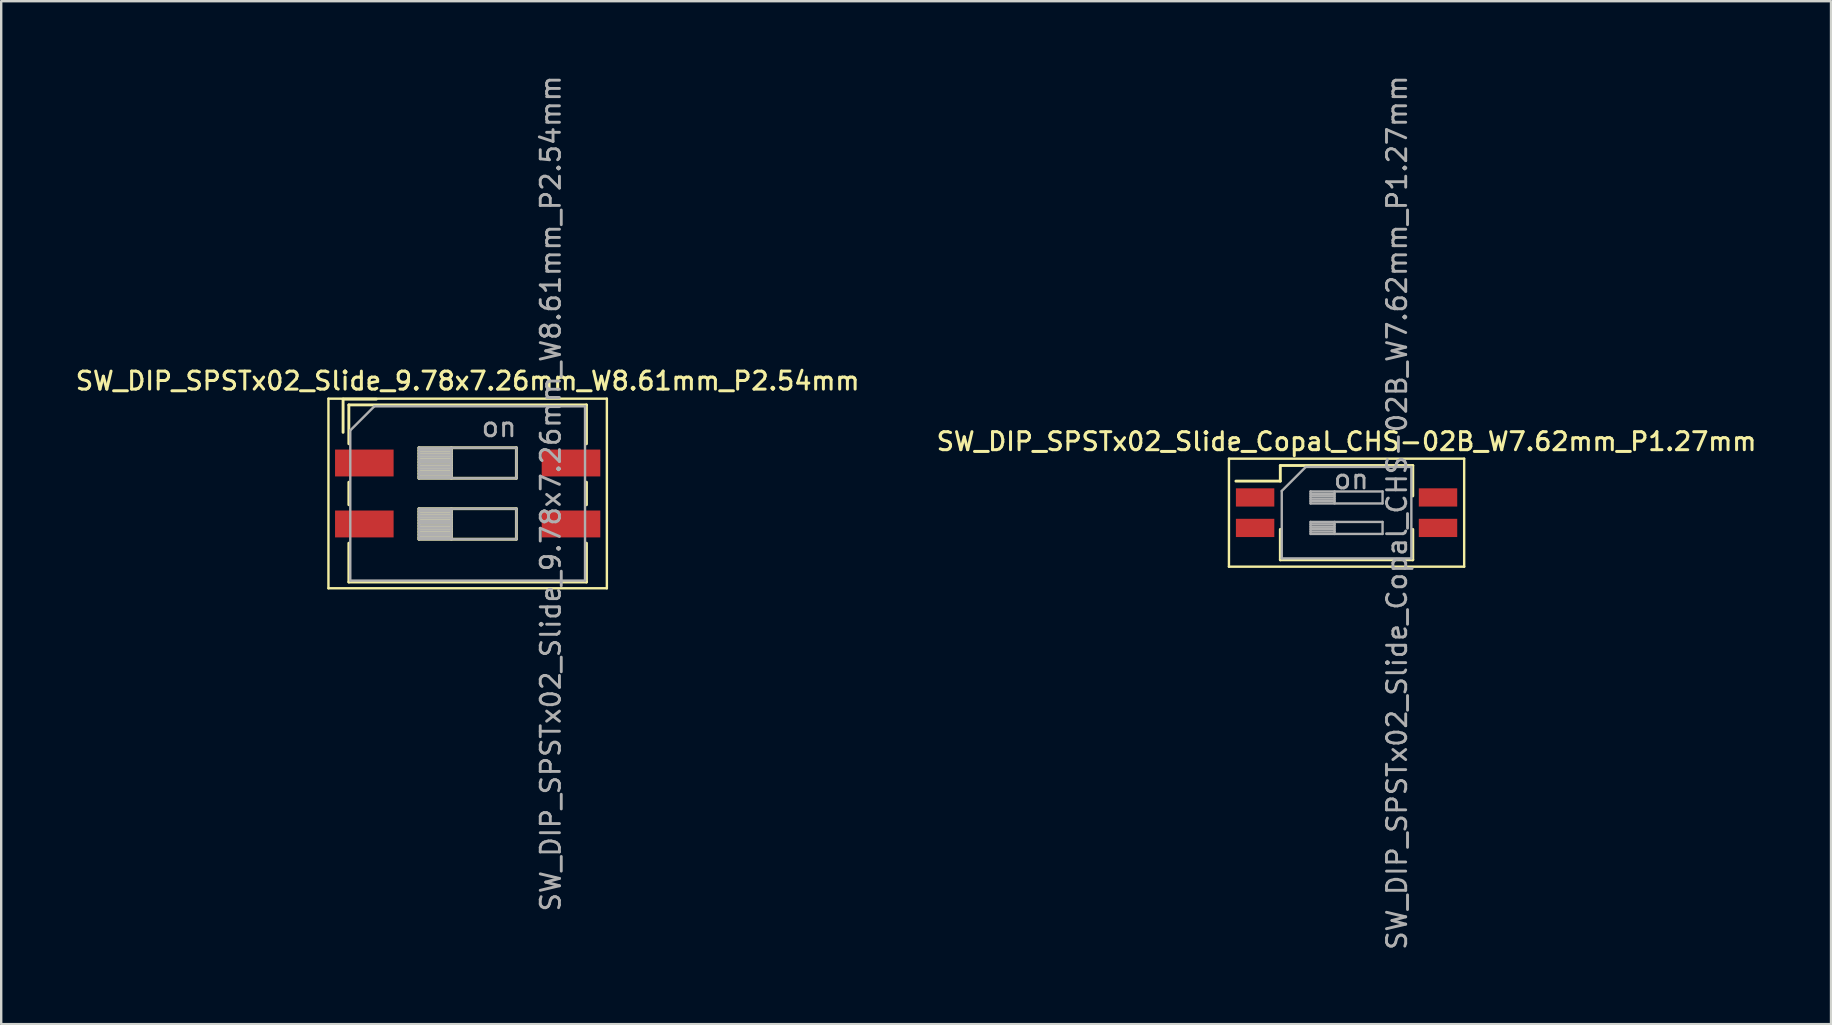
<source format=kicad_pcb>
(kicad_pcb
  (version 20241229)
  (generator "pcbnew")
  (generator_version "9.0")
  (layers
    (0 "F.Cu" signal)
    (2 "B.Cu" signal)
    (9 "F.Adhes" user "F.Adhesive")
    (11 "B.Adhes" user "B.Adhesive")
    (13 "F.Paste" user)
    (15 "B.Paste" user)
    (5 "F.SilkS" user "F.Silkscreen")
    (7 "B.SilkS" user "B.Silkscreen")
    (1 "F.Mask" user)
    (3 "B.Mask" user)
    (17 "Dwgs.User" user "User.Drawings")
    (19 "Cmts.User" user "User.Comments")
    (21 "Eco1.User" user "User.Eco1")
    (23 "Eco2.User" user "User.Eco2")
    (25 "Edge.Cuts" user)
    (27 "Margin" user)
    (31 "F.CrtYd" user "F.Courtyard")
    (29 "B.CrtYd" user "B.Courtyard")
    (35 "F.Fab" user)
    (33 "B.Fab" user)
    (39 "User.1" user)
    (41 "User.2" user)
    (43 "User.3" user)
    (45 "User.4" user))
  (footprint "SW_DIP_SPSTx02_Slide_9.78x7.26mm_W8.61mm_P2.54mm"
    (layer "F.Cu")
    (at 16.434 17.51)
    (property "Reference" "SW_DIP_SPSTx02_Slide_9.78x7.26mm_W8.61mm_P2.54mm" (at 0 -4.69 0) (layer "F.SilkS") (effects (font (size 0.75 0.75) (thickness 0.125))))
    (attr smd)
    (fp_line (start -5.8 -3.95) (end -5.8 3.95) (stroke (width 0.1) (type solid)) (layer "F.SilkS"))
    (fp_line (start -5.8 3.95) (end 5.8 3.95) (stroke (width 0.1) (type solid)) (layer "F.SilkS"))
    (fp_line (start -5.19 -3.93) (end -5.19 -2.547) (stroke (width 0.12) (type solid)) (layer "F.SilkS"))
    (fp_line (start -5.19 -3.93) (end -3.806 -3.93) (stroke (width 0.12) (type solid)) (layer "F.SilkS"))
    (fp_line (start -4.95 -3.69) (end -4.95 -2.07) (stroke (width 0.12) (type solid)) (layer "F.SilkS"))
    (fp_line (start -4.95 -3.69) (end 4.95 -3.69) (stroke (width 0.12) (type solid)) (layer "F.SilkS"))
    (fp_line (start -4.95 -0.47) (end -4.95 0.47) (stroke (width 0.12) (type solid)) (layer "F.SilkS"))
    (fp_line (start -4.95 2.07) (end -4.95 3.69) (stroke (width 0.12) (type solid)) (layer "F.SilkS"))
    (fp_line (start -4.95 3.69) (end 4.95 3.69) (stroke (width 0.12) (type solid)) (layer "F.SilkS"))
    (fp_line (start -2.03 -1.905) (end -2.03 -0.635) (stroke (width 0.12) (type solid)) (layer "F.SilkS"))
    (fp_line (start -2.03 -1.785) (end -0.677 -1.785) (stroke (width 0.12) (type solid)) (layer "F.SilkS"))
    (fp_line (start -2.03 -1.665) (end -0.677 -1.665) (stroke (width 0.12) (type solid)) (layer "F.SilkS"))
    (fp_line (start -2.03 -1.545) (end -0.677 -1.545) (stroke (width 0.12) (type solid)) (layer "F.SilkS"))
    (fp_line (start -2.03 -1.425) (end -0.677 -1.425) (stroke (width 0.12) (type solid)) (layer "F.SilkS"))
    (fp_line (start -2.03 -1.305) (end -0.677 -1.305) (stroke (width 0.12) (type solid)) (layer "F.SilkS"))
    (fp_line (start -2.03 -1.185) (end -0.677 -1.185) (stroke (width 0.12) (type solid)) (layer "F.SilkS"))
    (fp_line (start -2.03 -1.065) (end -0.677 -1.065) (stroke (width 0.12) (type solid)) (layer "F.SilkS"))
    (fp_line (start -2.03 -0.945) (end -0.677 -0.945) (stroke (width 0.12) (type solid)) (layer "F.SilkS"))
    (fp_line (start -2.03 -0.825) (end -0.677 -0.825) (stroke (width 0.12) (type solid)) (layer "F.SilkS"))
    (fp_line (start -2.03 -0.705) (end -0.677 -0.705) (stroke (width 0.12) (type solid)) (layer "F.SilkS"))
    (fp_line (start -2.03 -0.635) (end 2.03 -0.635) (stroke (width 0.12) (type solid)) (layer "F.SilkS"))
    (fp_line (start -2.03 0.635) (end -2.03 1.905) (stroke (width 0.12) (type solid)) (layer "F.SilkS"))
    (fp_line (start -2.03 0.755) (end -0.677 0.755) (stroke (width 0.12) (type solid)) (layer "F.SilkS"))
    (fp_line (start -2.03 0.875) (end -0.677 0.875) (stroke (width 0.12) (type solid)) (layer "F.SilkS"))
    (fp_line (start -2.03 0.995) (end -0.677 0.995) (stroke (width 0.12) (type solid)) (layer "F.SilkS"))
    (fp_line (start -2.03 1.115) (end -0.677 1.115) (stroke (width 0.12) (type solid)) (layer "F.SilkS"))
    (fp_line (start -2.03 1.235) (end -0.677 1.235) (stroke (width 0.12) (type solid)) (layer "F.SilkS"))
    (fp_line (start -2.03 1.355) (end -0.677 1.355) (stroke (width 0.12) (type solid)) (layer "F.SilkS"))
    (fp_line (start -2.03 1.475) (end -0.677 1.475) (stroke (width 0.12) (type solid)) (layer "F.SilkS"))
    (fp_line (start -2.03 1.595) (end -0.677 1.595) (stroke (width 0.12) (type solid)) (layer "F.SilkS"))
    (fp_line (start -2.03 1.715) (end -0.677 1.715) (stroke (width 0.12) (type solid)) (layer "F.SilkS"))
    (fp_line (start -2.03 1.835) (end -0.677 1.835) (stroke (width 0.12) (type solid)) (layer "F.SilkS"))
    (fp_line (start -2.03 1.905) (end 2.03 1.905) (stroke (width 0.12) (type solid)) (layer "F.SilkS"))
    (fp_line (start -0.677 -1.905) (end -0.677 -0.635) (stroke (width 0.12) (type solid)) (layer "F.SilkS"))
    (fp_line (start -0.677 0.635) (end -0.677 1.905) (stroke (width 0.12) (type solid)) (layer "F.SilkS"))
    (fp_line (start 2.03 -1.905) (end -2.03 -1.905) (stroke (width 0.12) (type solid)) (layer "F.SilkS"))
    (fp_line (start 2.03 -0.635) (end 2.03 -1.905) (stroke (width 0.12) (type solid)) (layer "F.SilkS"))
    (fp_line (start 2.03 0.635) (end -2.03 0.635) (stroke (width 0.12) (type solid)) (layer "F.SilkS"))
    (fp_line (start 2.03 1.905) (end 2.03 0.635) (stroke (width 0.12) (type solid)) (layer "F.SilkS"))
    (fp_line (start 4.95 -3.69) (end 4.95 -2.07) (stroke (width 0.12) (type solid)) (layer "F.SilkS"))
    (fp_line (start 4.95 -0.47) (end 4.95 0.47) (stroke (width 0.12) (type solid)) (layer "F.SilkS"))
    (fp_line (start 4.95 2.07) (end 4.95 3.69) (stroke (width 0.12) (type solid)) (layer "F.SilkS"))
    (fp_line (start 5.8 -3.95) (end -5.8 -3.95) (stroke (width 0.1) (type solid)) (layer "F.SilkS"))
    (fp_line (start 5.8 3.95) (end 5.8 -3.95) (stroke (width 0.1) (type solid)) (layer "F.SilkS"))
    (fp_line (start -4.89 -2.63) (end -3.89 -3.63) (stroke (width 0.1) (type solid)) (layer "F.Fab"))
    (fp_line (start -4.89 3.63) (end -4.89 -2.63) (stroke (width 0.1) (type solid)) (layer "F.Fab"))
    (fp_line (start -3.89 -3.63) (end 4.89 -3.63) (stroke (width 0.1) (type solid)) (layer "F.Fab"))
    (fp_line (start -2.03 -1.905) (end -2.03 -0.635) (stroke (width 0.1) (type solid)) (layer "F.Fab"))
    (fp_line (start -2.03 -1.805) (end -0.677 -1.805) (stroke (width 0.1) (type solid)) (layer "F.Fab"))
    (fp_line (start -2.03 -1.705) (end -0.677 -1.705) (stroke (width 0.1) (type solid)) (layer "F.Fab"))
    (fp_line (start -2.03 -1.605) (end -0.677 -1.605) (stroke (width 0.1) (type solid)) (layer "F.Fab"))
    (fp_line (start -2.03 -1.505) (end -0.677 -1.505) (stroke (width 0.1) (type solid)) (layer "F.Fab"))
    (fp_line (start -2.03 -1.405) (end -0.677 -1.405) (stroke (width 0.1) (type solid)) (layer "F.Fab"))
    (fp_line (start -2.03 -1.305) (end -0.677 -1.305) (stroke (width 0.1) (type solid)) (layer "F.Fab"))
    (fp_line (start -2.03 -1.205) (end -0.677 -1.205) (stroke (width 0.1) (type solid)) (layer "F.Fab"))
    (fp_line (start -2.03 -1.105) (end -0.677 -1.105) (stroke (width 0.1) (type solid)) (layer "F.Fab"))
    (fp_line (start -2.03 -1.005) (end -0.677 -1.005) (stroke (width 0.1) (type solid)) (layer "F.Fab"))
    (fp_line (start -2.03 -0.905) (end -0.677 -0.905) (stroke (width 0.1) (type solid)) (layer "F.Fab"))
    (fp_line (start -2.03 -0.805) (end -0.677 -0.805) (stroke (width 0.1) (type solid)) (layer "F.Fab"))
    (fp_line (start -2.03 -0.705) (end -0.677 -0.705) (stroke (width 0.1) (type solid)) (layer "F.Fab"))
    (fp_line (start -2.03 -0.635) (end 2.03 -0.635) (stroke (width 0.1) (type solid)) (layer "F.Fab"))
    (fp_line (start -2.03 0.635) (end -2.03 1.905) (stroke (width 0.1) (type solid)) (layer "F.Fab"))
    (fp_line (start -2.03 0.735) (end -0.677 0.735) (stroke (width 0.1) (type solid)) (layer "F.Fab"))
    (fp_line (start -2.03 0.835) (end -0.677 0.835) (stroke (width 0.1) (type solid)) (layer "F.Fab"))
    (fp_line (start -2.03 0.935) (end -0.677 0.935) (stroke (width 0.1) (type solid)) (layer "F.Fab"))
    (fp_line (start -2.03 1.035) (end -0.677 1.035) (stroke (width 0.1) (type solid)) (layer "F.Fab"))
    (fp_line (start -2.03 1.135) (end -0.677 1.135) (stroke (width 0.1) (type solid)) (layer "F.Fab"))
    (fp_line (start -2.03 1.235) (end -0.677 1.235) (stroke (width 0.1) (type solid)) (layer "F.Fab"))
    (fp_line (start -2.03 1.335) (end -0.677 1.335) (stroke (width 0.1) (type solid)) (layer "F.Fab"))
    (fp_line (start -2.03 1.435) (end -0.677 1.435) (stroke (width 0.1) (type solid)) (layer "F.Fab"))
    (fp_line (start -2.03 1.535) (end -0.677 1.535) (stroke (width 0.1) (type solid)) (layer "F.Fab"))
    (fp_line (start -2.03 1.635) (end -0.677 1.635) (stroke (width 0.1) (type solid)) (layer "F.Fab"))
    (fp_line (start -2.03 1.735) (end -0.677 1.735) (stroke (width 0.1) (type solid)) (layer "F.Fab"))
    (fp_line (start -2.03 1.835) (end -0.677 1.835) (stroke (width 0.1) (type solid)) (layer "F.Fab"))
    (fp_line (start -2.03 1.905) (end 2.03 1.905) (stroke (width 0.1) (type solid)) (layer "F.Fab"))
    (fp_line (start -0.677 -1.905) (end -0.677 -0.635) (stroke (width 0.1) (type solid)) (layer "F.Fab"))
    (fp_line (start -0.677 0.635) (end -0.677 1.905) (stroke (width 0.1) (type solid)) (layer "F.Fab"))
    (fp_line (start 2.03 -1.905) (end -2.03 -1.905) (stroke (width 0.1) (type solid)) (layer "F.Fab"))
    (fp_line (start 2.03 -0.635) (end 2.03 -1.905) (stroke (width 0.1) (type solid)) (layer "F.Fab"))
    (fp_line (start 2.03 0.635) (end -2.03 0.635) (stroke (width 0.1) (type solid)) (layer "F.Fab"))
    (fp_line (start 2.03 1.905) (end 2.03 0.635) (stroke (width 0.1) (type solid)) (layer "F.Fab"))
    (fp_line (start 4.89 -3.63) (end 4.89 3.63) (stroke (width 0.1) (type solid)) (layer "F.Fab"))
    (fp_line (start 4.89 3.63) (end -4.89 3.63) (stroke (width 0.1) (type solid)) (layer "F.Fab"))
    (fp_text user "${REFERENCE}" (at 3.46 0 90) (layer "F.Fab") (effects (font (size 0.8 0.8) (thickness 0.12))))
    (fp_text user "on" (at 1.308 -2.768 0) (layer "F.Fab") (effects (font (size 0.8 0.8) (thickness 0.12))))
    (pad "1" smd rect (at -4.305 -1.27) (size 2.44 1.12) (layers "F.Cu" "F.Mask" "F.Paste"))
    (pad "2" smd rect (at -4.305 1.27) (size 2.44 1.12) (layers "F.Cu" "F.Mask" "F.Paste"))
    (pad "3" smd rect (at 4.305 1.27) (size 2.44 1.12) (layers "F.Cu" "F.Mask" "F.Paste"))
    (pad "4" smd rect (at 4.305 -1.27) (size 2.44 1.12) (layers "F.Cu" "F.Mask" "F.Paste")))
  (footprint "SW_DIP_SPSTx02_Slide_Copal_CHS-02B_W7.62mm_P1.27mm"
    (layer "F.Cu")
    (at 53.052 18.31)
    (property "Reference" "SW_DIP_SPSTx02_Slide_Copal_CHS-02B_W7.62mm_P1.27mm" (at 0 -2.965 0) (layer "F.SilkS") (effects (font (size 0.75 0.75) (thickness 0.125))))
    (attr smd)
    (fp_line (start -4.9 -2.25) (end -4.9 2.25) (stroke (width 0.1) (type solid)) (layer "F.SilkS"))
    (fp_line (start -4.9 2.25) (end 4.9 2.25) (stroke (width 0.1) (type solid)) (layer "F.SilkS"))
    (fp_line (start -4.61 -1.315) (end -2.76 -1.315) (stroke (width 0.12) (type solid)) (layer "F.SilkS"))
    (fp_line (start -2.76 -1.965) (end -2.76 -1.315) (stroke (width 0.12) (type solid)) (layer "F.SilkS"))
    (fp_line (start -2.76 -1.965) (end 2.76 -1.965) (stroke (width 0.12) (type solid)) (layer "F.SilkS"))
    (fp_line (start -2.76 0.695) (end -2.76 1.965) (stroke (width 0.12) (type solid)) (layer "F.SilkS"))
    (fp_line (start -2.76 1.965) (end 2.76 1.965) (stroke (width 0.12) (type solid)) (layer "F.SilkS"))
    (fp_line (start 2.76 -1.965) (end 2.76 -0.696) (stroke (width 0.12) (type solid)) (layer "F.SilkS"))
    (fp_line (start 2.76 0.695) (end 2.76 1.965) (stroke (width 0.12) (type solid)) (layer "F.SilkS"))
    (fp_line (start 4.9 -2.25) (end -4.9 -2.25) (stroke (width 0.1) (type solid)) (layer "F.SilkS"))
    (fp_line (start 4.9 2.25) (end 4.9 -2.25) (stroke (width 0.1) (type solid)) (layer "F.SilkS"))
    (fp_line (start -2.7 -0.905) (end -1.7 -1.905) (stroke (width 0.1) (type solid)) (layer "F.Fab"))
    (fp_line (start -2.7 1.905) (end -2.7 -0.905) (stroke (width 0.1) (type solid)) (layer "F.Fab"))
    (fp_line (start -1.7 -1.905) (end 2.7 -1.905) (stroke (width 0.1) (type solid)) (layer "F.Fab"))
    (fp_line (start -1.5 -0.885) (end -1.5 -0.385) (stroke (width 0.1) (type solid)) (layer "F.Fab"))
    (fp_line (start -1.5 -0.785) (end -0.5 -0.785) (stroke (width 0.1) (type solid)) (layer "F.Fab"))
    (fp_line (start -1.5 -0.685) (end -0.5 -0.685) (stroke (width 0.1) (type solid)) (layer "F.Fab"))
    (fp_line (start -1.5 -0.585) (end -0.5 -0.585) (stroke (width 0.1) (type solid)) (layer "F.Fab"))
    (fp_line (start -1.5 -0.485) (end -0.5 -0.485) (stroke (width 0.1) (type solid)) (layer "F.Fab"))
    (fp_line (start -1.5 -0.385) (end 1.5 -0.385) (stroke (width 0.1) (type solid)) (layer "F.Fab"))
    (fp_line (start -1.5 0.385) (end -1.5 0.885) (stroke (width 0.1) (type solid)) (layer "F.Fab"))
    (fp_line (start -1.5 0.485) (end -0.5 0.485) (stroke (width 0.1) (type solid)) (layer "F.Fab"))
    (fp_line (start -1.5 0.585) (end -0.5 0.585) (stroke (width 0.1) (type solid)) (layer "F.Fab"))
    (fp_line (start -1.5 0.685) (end -0.5 0.685) (stroke (width 0.1) (type solid)) (layer "F.Fab"))
    (fp_line (start -1.5 0.785) (end -0.5 0.785) (stroke (width 0.1) (type solid)) (layer "F.Fab"))
    (fp_line (start -1.5 0.885) (end 1.5 0.885) (stroke (width 0.1) (type solid)) (layer "F.Fab"))
    (fp_line (start -0.5 -0.885) (end -0.5 -0.385) (stroke (width 0.1) (type solid)) (layer "F.Fab"))
    (fp_line (start -0.5 0.385) (end -0.5 0.885) (stroke (width 0.1) (type solid)) (layer "F.Fab"))
    (fp_line (start 1.5 -0.885) (end -1.5 -0.885) (stroke (width 0.1) (type solid)) (layer "F.Fab"))
    (fp_line (start 1.5 -0.385) (end 1.5 -0.885) (stroke (width 0.1) (type solid)) (layer "F.Fab"))
    (fp_line (start 1.5 0.385) (end -1.5 0.385) (stroke (width 0.1) (type solid)) (layer "F.Fab"))
    (fp_line (start 1.5 0.885) (end 1.5 0.385) (stroke (width 0.1) (type solid)) (layer "F.Fab"))
    (fp_line (start 2.7 -1.905) (end 2.7 1.905) (stroke (width 0.1) (type solid)) (layer "F.Fab"))
    (fp_line (start 2.7 1.905) (end -2.7 1.905) (stroke (width 0.1) (type solid)) (layer "F.Fab"))
    (fp_text user "${REFERENCE}" (at 2.1 0 90) (layer "F.Fab") (effects (font (size 0.8 0.8) (thickness 0.12))))
    (fp_text user "on" (at 0.195 -1.395 0) (layer "F.Fab") (effects (font (size 0.8 0.8) (thickness 0.12))))
    (pad "1" smd rect (at -3.81 -0.635) (size 1.6 0.76) (layers "F.Cu" "F.Mask" "F.Paste"))
    (pad "2" smd rect (at -3.81 0.635) (size 1.6 0.76) (layers "F.Cu" "F.Mask" "F.Paste"))
    (pad "3" smd rect (at 3.81 0.635) (size 1.6 0.76) (layers "F.Cu" "F.Mask" "F.Paste"))
    (pad "4" smd rect (at 3.81 -0.635) (size 1.6 0.76) (layers "F.Cu" "F.Mask" "F.Paste")))
  (gr_rect
    (start -3 -3)
    (end 73.236 39.619)
    (stroke (width 0.1) (type default))
    (fill no)
    (layer "Edge.Cuts")))
</source>
